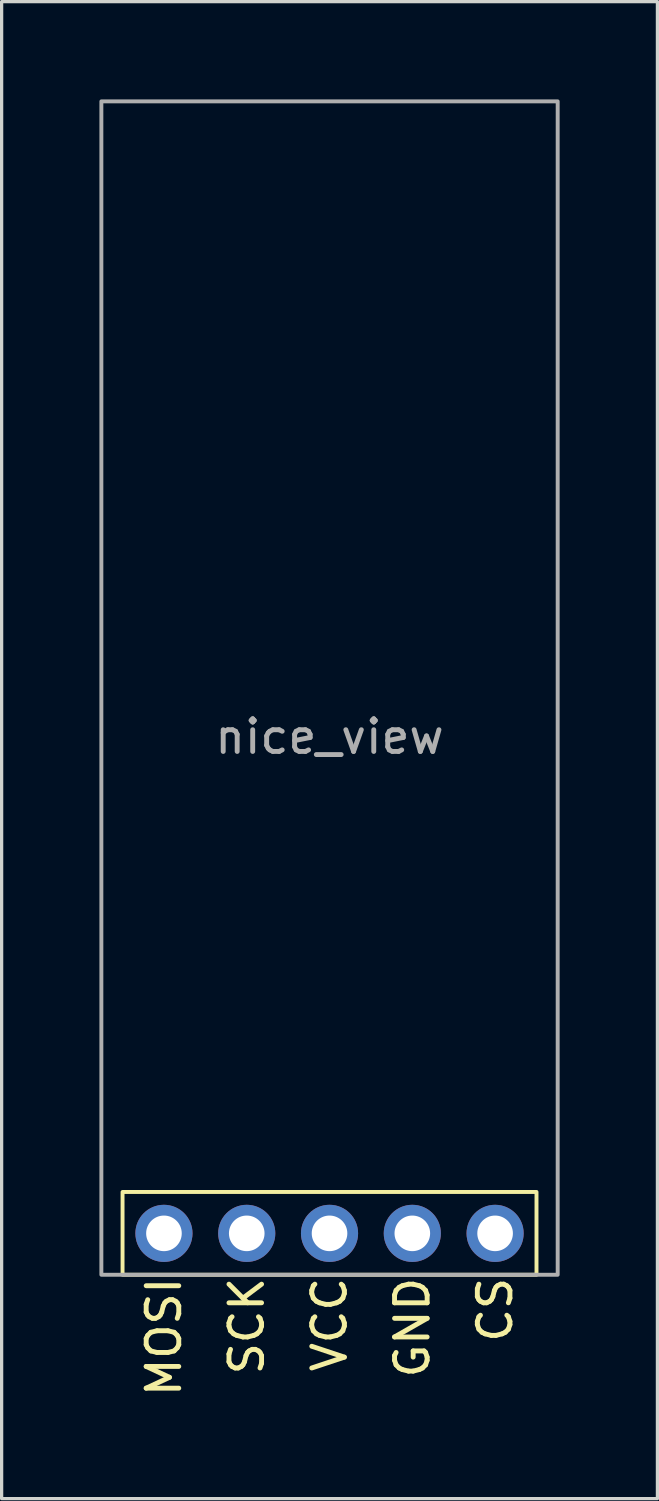
<source format=kicad_pcb>
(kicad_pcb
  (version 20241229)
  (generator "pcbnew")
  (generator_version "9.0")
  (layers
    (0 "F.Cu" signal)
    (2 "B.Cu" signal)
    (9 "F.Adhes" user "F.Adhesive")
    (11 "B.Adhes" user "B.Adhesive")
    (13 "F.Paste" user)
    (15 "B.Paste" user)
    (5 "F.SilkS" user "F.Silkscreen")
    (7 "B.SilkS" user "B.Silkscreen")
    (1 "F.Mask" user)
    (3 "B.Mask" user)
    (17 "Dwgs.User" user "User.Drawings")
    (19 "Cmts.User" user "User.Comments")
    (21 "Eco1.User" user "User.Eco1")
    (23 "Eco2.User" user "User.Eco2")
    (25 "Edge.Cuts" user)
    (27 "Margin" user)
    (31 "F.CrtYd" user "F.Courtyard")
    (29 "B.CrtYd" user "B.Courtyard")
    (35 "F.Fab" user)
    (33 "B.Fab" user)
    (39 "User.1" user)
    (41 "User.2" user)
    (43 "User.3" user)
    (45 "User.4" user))
  (footprint "nice_view"
    (layer "F.Cu")
    (at 7.06 18.28)
    (property "Reference" "nice_view" (at 0 1.27 0) (unlocked yes) (layer "F.Fab") (effects (font (size 1 1) (thickness 0.15))))
    (attr through_hole)
    (fp_rect (start -6.35 15.24) (end 6.35 17.78) (stroke (width 0.12) (type solid)) (fill no) (layer "F.SilkS"))
    (fp_rect (start 7 17.78) (end -7 -18.22) (stroke (width 0.12) (type solid)) (fill no) (layer "F.Fab"))
    (fp_text user "VCC" (at 0 17.78 90) (unlocked yes) (layer "F.SilkS") (effects (font (size 1 1) (thickness 0.15)) (justify right)))
    (fp_text user "SCK" (at -2.54 17.78 90) (unlocked yes) (layer "F.SilkS") (effects (font (size 1 1) (thickness 0.15)) (justify right)))
    (fp_text user "CS" (at 5.08 17.78 90) (unlocked yes) (layer "F.SilkS") (effects (font (size 1 1) (thickness 0.15)) (justify right)))
    (fp_text user "GND" (at 2.54 17.78 90) (unlocked yes) (layer "F.SilkS") (effects (font (size 1 1) (thickness 0.15)) (justify right)))
    (fp_text user "MOSI" (at -5.08 17.78 90) (unlocked yes) (layer "F.SilkS") (effects (font (size 1 1) (thickness 0.15)) (justify right)))
    (pad "1" thru_hole circle (at -5.08 16.51) (size 1.753 1.753) (drill 1.092) (layers "*.Cu" "*.Mask"))
    (pad "2" thru_hole circle (at -2.54 16.51) (size 1.753 1.753) (drill 1.092) (layers "*.Cu" "*.Mask"))
    (pad "3" thru_hole circle (at 0 16.51) (size 1.753 1.753) (drill 1.092) (layers "*.Cu" "*.Mask"))
    (pad "4" thru_hole circle (at 2.54 16.51) (size 1.753 1.753) (drill 1.092) (layers "*.Cu" "*.Mask"))
    (pad "5" thru_hole circle (at 5.08 16.51) (size 1.753 1.753) (drill 1.092) (layers "*.Cu" "*.Mask")))
  (gr_rect
    (start -3 -3)
    (end 17.12 42.929)
    (stroke (width 0.1) (type default))
    (fill no)
    (layer "Edge.Cuts")))
</source>
